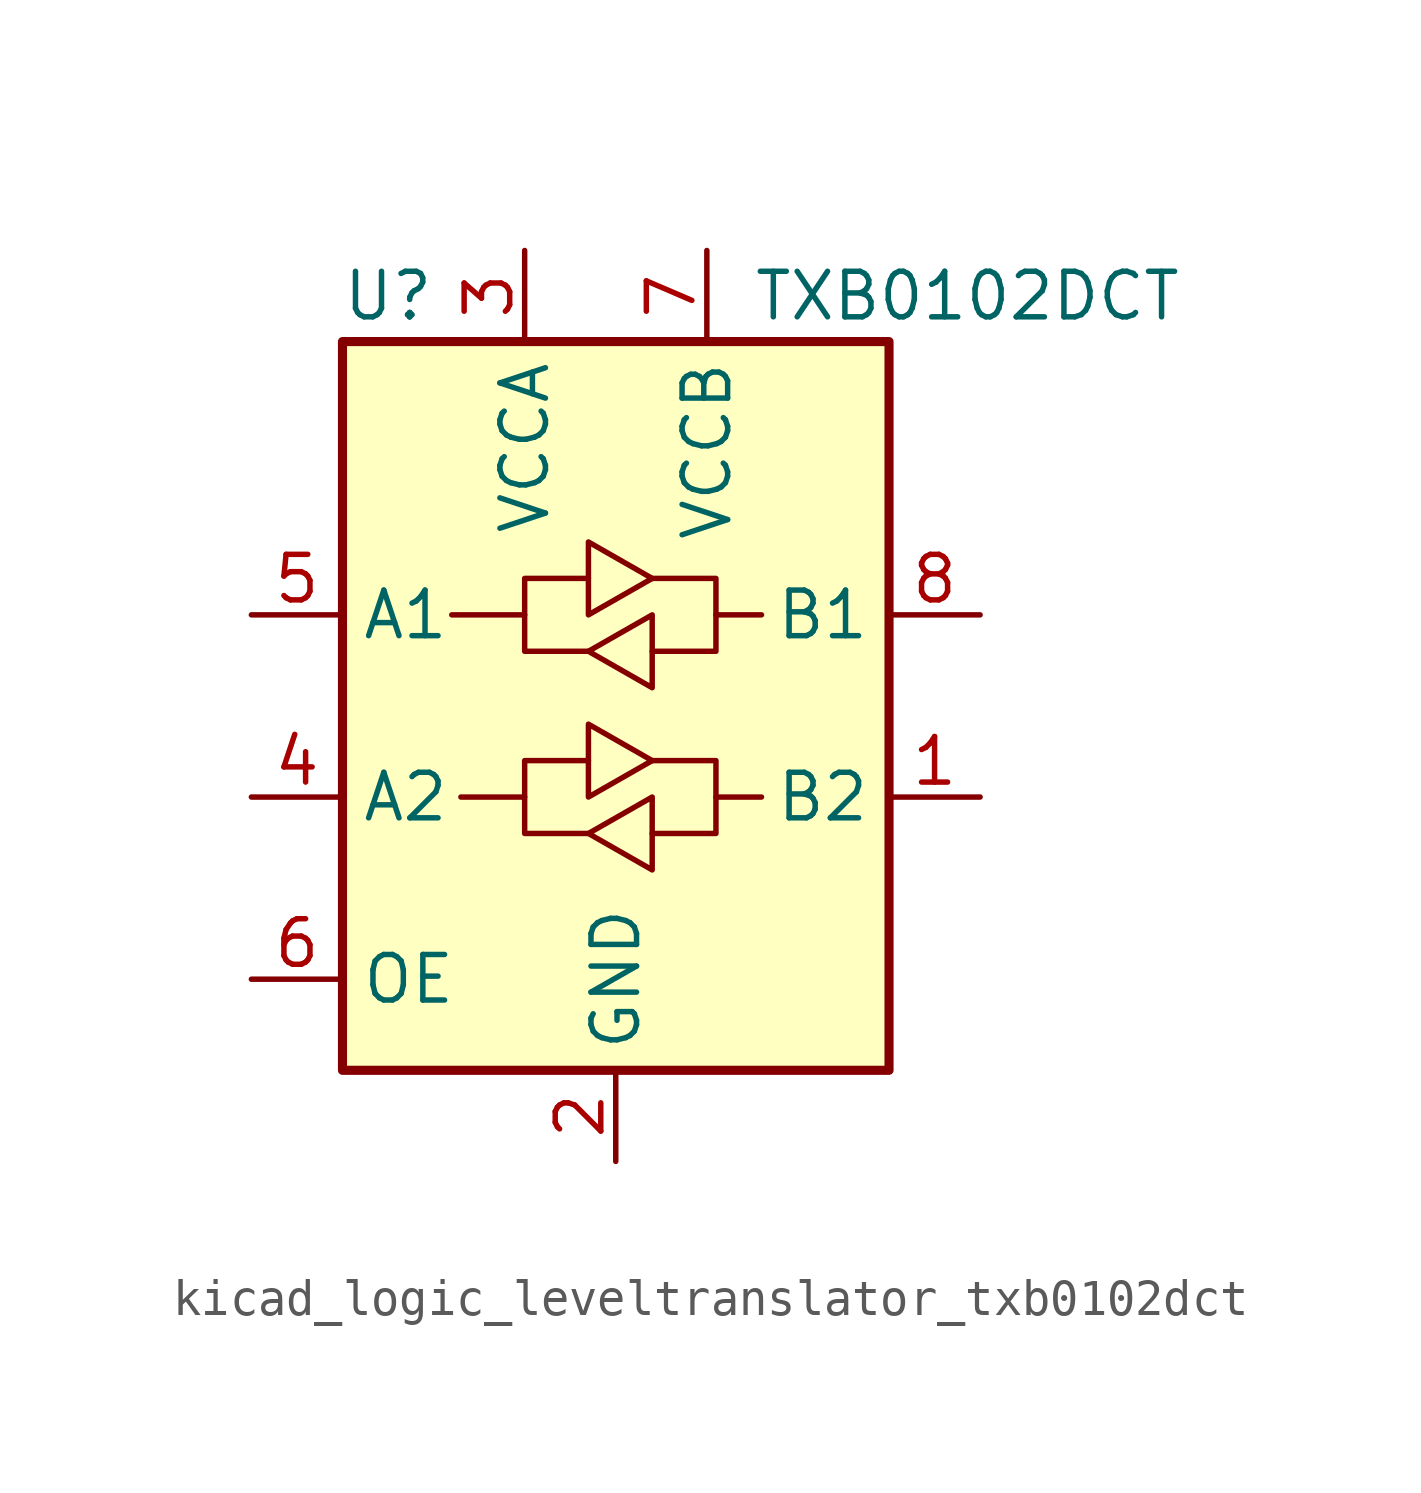
<source format=kicad_sym>
(kicad_symbol_lib
  (version 20220914)
  (generator kicad_symbol_editor)
  (symbol "kicad_logic_leveltranslator_txb0102dct"
    (property "Reference" "U"
      (at -6.35 11.43 0)
      (effects (font (size 1.27 1.27))))
    (property "Value" "TXB0102DCT"
      (at 3.81 11.43 0)
      (effects (font (size 1.27 1.27)) (justify left)))
    (symbol "kicad_logic_leveltranslator_txb0102dct_0_1"
      (rectangle (start -7.62 10.16) (end 7.62 -10.16) (stroke (width 0.254) (type default)) (fill (type background)))
      (polyline (pts (xy -2.54 -2.54) (xy -2.54 -1.524) (xy -0.762 -1.524)) (stroke (width 0) (type default)) (fill (type none)))
      (polyline (pts (xy -2.54 2.54) (xy -2.54 3.556) (xy -0.762 3.556)) (stroke (width 0) (type default)) (fill (type none)))
      (polyline (pts (xy 2.794 -2.54) (xy 2.794 -3.556) (xy 1.016 -3.556)) (stroke (width 0) (type default)) (fill (type none)))
      (polyline (pts (xy 2.794 2.54) (xy 2.794 1.524) (xy 1.016 1.524)) (stroke (width 0) (type default)) (fill (type none)))
      (polyline (pts (xy -0.762 -3.556) (xy -2.54 -3.556) (xy -2.54 -2.54) (xy -4.318 -2.54)) (stroke (width 0) (type default)) (fill (type none)))
      (polyline (pts (xy -0.762 -2.54) (xy -0.762 -0.508) (xy 1.016 -1.524) (xy -0.762 -2.54)) (stroke (width 0) (type default)) (fill (type background)))
      (polyline (pts (xy -0.762 1.524) (xy -2.54 1.524) (xy -2.54 2.54) (xy -4.572 2.54)) (stroke (width 0) (type default)) (fill (type none)))
      (polyline (pts (xy -0.762 2.54) (xy -0.762 4.572) (xy 1.016 3.556) (xy -0.762 2.54)) (stroke (width 0) (type default)) (fill (type none)))
      (polyline (pts (xy 1.016 -2.54) (xy 1.016 -4.572) (xy -0.762 -3.556) (xy 1.016 -2.54)) (stroke (width 0) (type default)) (fill (type none)))
      (polyline (pts (xy 1.016 -1.524) (xy 2.794 -1.524) (xy 2.794 -2.54) (xy 4.064 -2.54)) (stroke (width 0) (type default)) (fill (type none)))
      (polyline (pts (xy 1.016 3.556) (xy 2.794 3.556) (xy 2.794 2.54) (xy 4.064 2.54)) (stroke (width 0) (type default)) (fill (type none)))
      (polyline (pts (xy 1.016 2.54) (xy 1.016 0.762) (xy 1.016 0.508) (xy -0.762 1.524) (xy 1.016 2.54)) (stroke (width 0) (type default)) (fill (type none))))
    (symbol "kicad_logic_leveltranslator_txb0102dct_1_1"
      (pin bidirectional line (at 10.16 -2.54 180) (length 2.54) (name "B2" (effects (font (size 1.27 1.27)))) (number "1" (effects (font (size 1.27 1.27)))))
      (pin power_in line (at 0 -12.7 90) (length 2.54) (name "GND" (effects (font (size 1.27 1.27)))) (number "2" (effects (font (size 1.27 1.27)))))
      (pin power_in line (at -2.54 12.7 270) (length 2.54) (name "VCCA" (effects (font (size 1.27 1.27)))) (number "3" (effects (font (size 1.27 1.27)))))
      (pin bidirectional line (at -10.16 -2.54 0) (length 2.54) (name "A2" (effects (font (size 1.27 1.27)))) (number "4" (effects (font (size 1.27 1.27)))))
      (pin bidirectional line (at -10.16 2.54 0) (length 2.54) (name "A1" (effects (font (size 1.27 1.27)))) (number "5" (effects (font (size 1.27 1.27)))))
      (pin input line (at -10.16 -7.62 0) (length 2.54) (name "OE" (effects (font (size 1.27 1.27)))) (number "6" (effects (font (size 1.27 1.27)))))
      (pin power_in line (at 2.54 12.7 270) (length 2.54) (name "VCCB" (effects (font (size 1.27 1.27)))) (number "7" (effects (font (size 1.27 1.27)))))
      (pin bidirectional line (at 10.16 2.54 180) (length 2.54) (name "B1" (effects (font (size 1.27 1.27)))) (number "8" (effects (font (size 1.27 1.27))))))))
</source>
